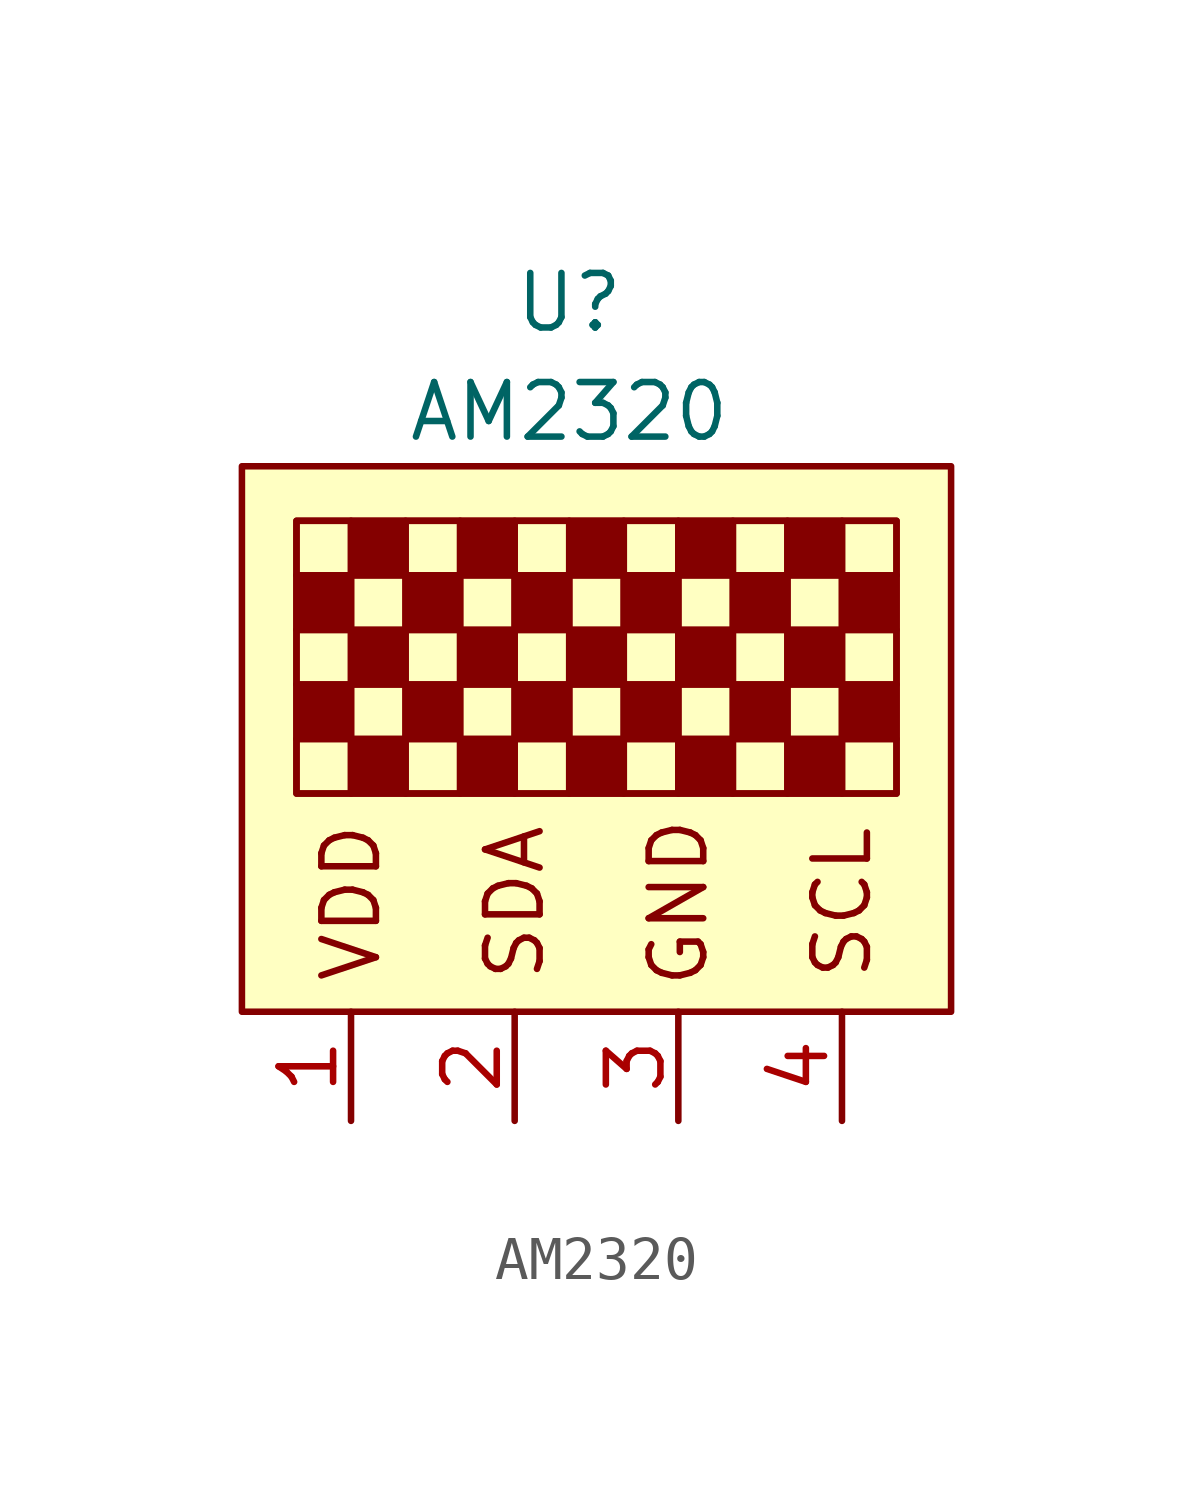
<source format=kicad_sym>
(kicad_symbol_lib
  (version 20211014)
  (generator kicad_symbol_editor)
  (symbol "AM2320"
    (pin_names
      (offset 0.002))
    (property "Reference" "U"
      (at 0 10.16 0)
      (effects (font (size 1.27 1.27))))
    (property "Value" "AM2320"
      (at 0 7.62 0)
      (effects (font (size 1.27 1.27))))
    (symbol "AM2320_0_0"
      (rectangle (start -7.62 6.35) (end 8.89 -6.35) (stroke (width 0) (type default) (color 0 0 0 0)) (fill (type background)))
      (rectangle (start -6.35 0) (end -5.08 -1.27) (stroke (width 0) (type default) (color 0 0 0 0)) (fill (type background)))
      (rectangle (start -6.35 2.54) (end -5.08 1.27) (stroke (width 0) (type default) (color 0 0 0 0)) (fill (type background)))
      (rectangle (start -6.35 5.08) (end -5.08 3.81) (stroke (width 0) (type default) (color 0 0 0 0)) (fill (type background)))
      (rectangle (start -6.35 5.08) (end 7.62 -1.27) (stroke (width 0) (type default) (color 0 0 0 0)) (fill (type none)))
      (rectangle (start -5.08 0) (end -6.35 1.27) (stroke (width 0) (type default) (color 0 0 0 0)) (fill (type outline)))
      (rectangle (start -5.08 1.27) (end -3.81 0) (stroke (width 0) (type default) (color 0 0 0 0)) (fill (type background)))
      (rectangle (start -5.08 2.54) (end -6.35 3.81) (stroke (width 0) (type default) (color 0 0 0 0)) (fill (type outline)))
      (rectangle (start -5.08 3.81) (end -3.81 2.54) (stroke (width 0) (type default) (color 0 0 0 0)) (fill (type background)))
      (rectangle (start -3.81 -1.27) (end -5.08 0) (stroke (width 0) (type default) (color 0 0 0 0)) (fill (type outline)))
      (rectangle (start -3.81 0) (end -2.54 -1.27) (stroke (width 0) (type default) (color 0 0 0 0)) (fill (type background)))
      (rectangle (start -3.81 1.27) (end -5.08 2.54) (stroke (width 0) (type default) (color 0 0 0 0)) (fill (type outline)))
      (rectangle (start -3.81 1.27) (end -2.54 0) (stroke (width 0) (type default) (color 0 0 0 0)) (fill (type outline)))
      (rectangle (start -3.81 2.54) (end -2.54 1.27) (stroke (width 0) (type default) (color 0 0 0 0)) (fill (type background)))
      (rectangle (start -3.81 3.81) (end -5.08 5.08) (stroke (width 0) (type default) (color 0 0 0 0)) (fill (type outline)))
      (rectangle (start -3.81 3.81) (end -2.54 2.54) (stroke (width 0) (type default) (color 0 0 0 0)) (fill (type outline)))
      (rectangle (start -3.81 5.08) (end -2.54 3.81) (stroke (width 0) (type default) (color 0 0 0 0)) (fill (type background)))
      (rectangle (start -2.54 0) (end -1.27 -1.27) (stroke (width 0) (type default) (color 0 0 0 0)) (fill (type outline)))
      (rectangle (start -2.54 1.27) (end -1.27 0) (stroke (width 0) (type default) (color 0 0 0 0)) (fill (type background)))
      (rectangle (start -2.54 2.54) (end -1.27 1.27) (stroke (width 0) (type default) (color 0 0 0 0)) (fill (type outline)))
      (rectangle (start -2.54 3.81) (end -1.27 2.54) (stroke (width 0) (type default) (color 0 0 0 0)) (fill (type background)))
      (rectangle (start -2.54 5.08) (end -1.27 3.81) (stroke (width 0) (type default) (color 0 0 0 0)) (fill (type outline)))
      (rectangle (start -1.27 0) (end 0 -1.27) (stroke (width 0) (type default) (color 0 0 0 0)) (fill (type background)))
      (rectangle (start -1.27 1.27) (end 0 0) (stroke (width 0) (type default) (color 0 0 0 0)) (fill (type outline)))
      (rectangle (start -1.27 2.54) (end 0 1.27) (stroke (width 0) (type default) (color 0 0 0 0)) (fill (type background)))
      (rectangle (start -1.27 3.81) (end 0 2.54) (stroke (width 0) (type default) (color 0 0 0 0)) (fill (type outline)))
      (rectangle (start -1.27 5.08) (end 0 3.81) (stroke (width 0) (type default) (color 0 0 0 0)) (fill (type background)))
      (rectangle (start 0 0) (end 1.27 -1.27) (stroke (width 0) (type default) (color 0 0 0 0)) (fill (type outline)))
      (rectangle (start 0 1.27) (end 1.27 0) (stroke (width 0) (type default) (color 0 0 0 0)) (fill (type background)))
      (rectangle (start 0 2.54) (end 1.27 1.27) (stroke (width 0) (type default) (color 0 0 0 0)) (fill (type outline)))
      (rectangle (start 0 3.81) (end 1.27 2.54) (stroke (width 0) (type default) (color 0 0 0 0)) (fill (type background)))
      (rectangle (start 0 5.08) (end 1.27 3.81) (stroke (width 0) (type default) (color 0 0 0 0)) (fill (type outline)))
      (rectangle (start 1.27 0) (end 2.54 -1.27) (stroke (width 0) (type default) (color 0 0 0 0)) (fill (type background)))
      (rectangle (start 1.27 1.27) (end 2.54 0) (stroke (width 0) (type default) (color 0 0 0 0)) (fill (type outline)))
      (rectangle (start 1.27 2.54) (end 2.54 1.27) (stroke (width 0) (type default) (color 0 0 0 0)) (fill (type background)))
      (rectangle (start 1.27 3.81) (end 2.54 2.54) (stroke (width 0) (type default) (color 0 0 0 0)) (fill (type outline)))
      (rectangle (start 1.27 5.08) (end 2.54 3.81) (stroke (width 0) (type default) (color 0 0 0 0)) (fill (type background)))
      (rectangle (start 2.54 0) (end 3.81 -1.27) (stroke (width 0) (type default) (color 0 0 0 0)) (fill (type outline)))
      (rectangle (start 2.54 1.27) (end 3.81 0) (stroke (width 0) (type default) (color 0 0 0 0)) (fill (type background)))
      (rectangle (start 2.54 2.54) (end 3.81 1.27) (stroke (width 0) (type default) (color 0 0 0 0)) (fill (type outline)))
      (rectangle (start 2.54 3.81) (end 3.81 2.54) (stroke (width 0) (type default) (color 0 0 0 0)) (fill (type background)))
      (rectangle (start 2.54 5.08) (end 3.81 3.81) (stroke (width 0) (type default) (color 0 0 0 0)) (fill (type outline)))
      (rectangle (start 3.81 0) (end 5.08 -1.27) (stroke (width 0) (type default) (color 0 0 0 0)) (fill (type background)))
      (rectangle (start 3.81 1.27) (end 5.08 0) (stroke (width 0) (type default) (color 0 0 0 0)) (fill (type outline)))
      (rectangle (start 3.81 2.54) (end 5.08 1.27) (stroke (width 0) (type default) (color 0 0 0 0)) (fill (type background)))
      (rectangle (start 3.81 3.81) (end 5.08 2.54) (stroke (width 0) (type default) (color 0 0 0 0)) (fill (type outline)))
      (rectangle (start 3.81 5.08) (end 5.08 3.81) (stroke (width 0) (type default) (color 0 0 0 0)) (fill (type background)))
      (rectangle (start 5.08 0) (end 6.35 -1.27) (stroke (width 0) (type default) (color 0 0 0 0)) (fill (type outline)))
      (rectangle (start 5.08 1.27) (end 6.35 0) (stroke (width 0) (type default) (color 0 0 0 0)) (fill (type background)))
      (rectangle (start 5.08 2.54) (end 6.35 1.27) (stroke (width 0) (type default) (color 0 0 0 0)) (fill (type outline)))
      (rectangle (start 5.08 3.81) (end 6.35 2.54) (stroke (width 0) (type default) (color 0 0 0 0)) (fill (type background)))
      (rectangle (start 5.08 5.08) (end 6.35 3.81) (stroke (width 0) (type default) (color 0 0 0 0)) (fill (type outline)))
      (rectangle (start 6.35 0) (end 7.62 -1.27) (stroke (width 0) (type default) (color 0 0 0 0)) (fill (type background)))
      (rectangle (start 6.35 1.27) (end 7.62 0) (stroke (width 0) (type default) (color 0 0 0 0)) (fill (type outline)))
      (rectangle (start 6.35 2.54) (end 7.62 1.27) (stroke (width 0) (type default) (color 0 0 0 0)) (fill (type background)))
      (rectangle (start 6.35 3.81) (end 7.62 2.54) (stroke (width 0) (type default) (color 0 0 0 0)) (fill (type outline)))
      (rectangle (start 6.35 5.08) (end 7.62 3.81) (stroke (width 0) (type default) (color 0 0 0 0)) (fill (type background)))
      (text "GND" (at 2.54 -3.81 900) (effects (font (size 1.27 1.27))))
      (text "SCL" (at 6.35 -3.81 900) (effects (font (size 1.27 1.27))))
      (text "SDA" (at -1.27 -3.81 900) (effects (font (size 1.27 1.27))))
      (text "VDD" (at -5.08 -3.81 900) (effects (font (size 1.27 1.27)))))
    (symbol "AM2320_1_1"
      (pin power_in line (at -5.08 -8.89 90) (length 2.54) (name "" (effects (font (size 1.27 1.27)))) (number "1" (effects (font (size 1.27 1.27)))))
      (pin bidirectional line (at -1.27 -8.89 90) (length 2.54) (name "" (effects (font (size 1.27 1.27)))) (number "2" (effects (font (size 1.27 1.27)))))
      (pin power_in line (at 2.54 -8.89 90) (length 2.54) (name "" (effects (font (size 1.27 1.27)))) (number "3" (effects (font (size 1.27 1.27)))))
      (pin bidirectional line (at 6.35 -8.89 90) (length 2.54) (name "" (effects (font (size 1.27 1.27)))) (number "4" (effects (font (size 1.27 1.27))))))))
</source>
